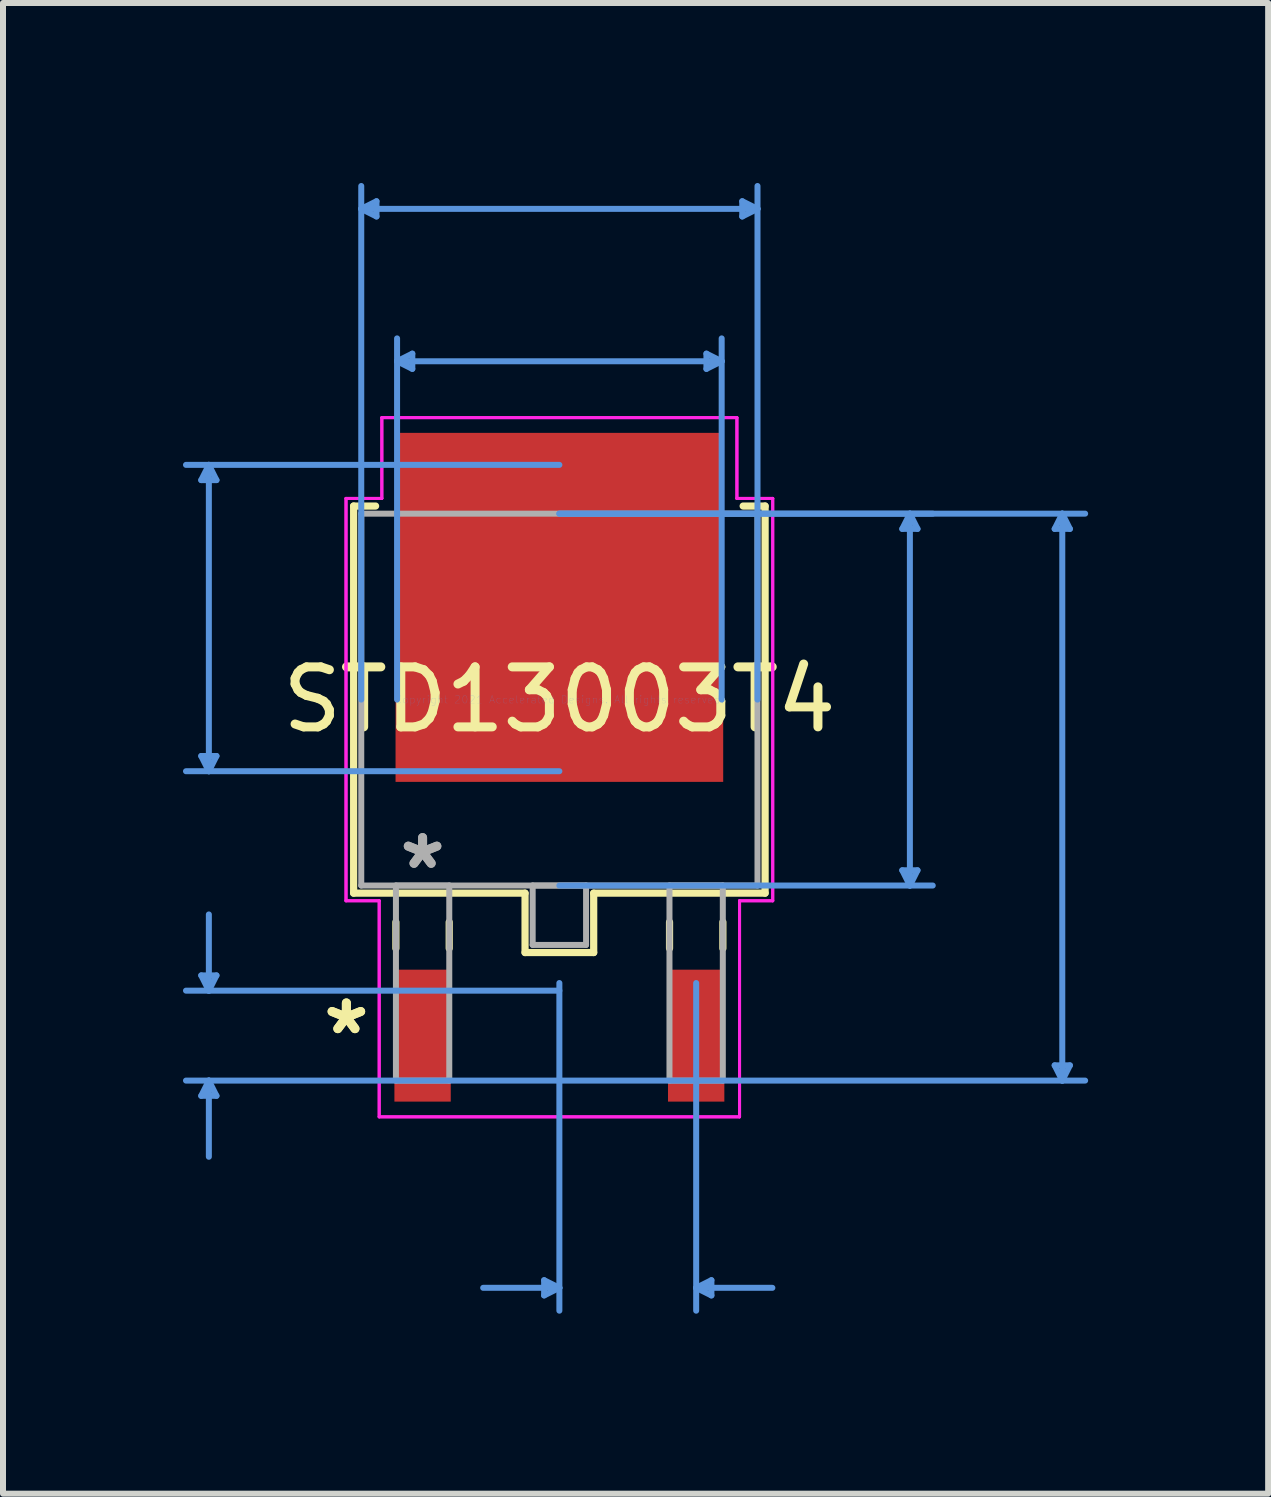
<source format=kicad_pcb>
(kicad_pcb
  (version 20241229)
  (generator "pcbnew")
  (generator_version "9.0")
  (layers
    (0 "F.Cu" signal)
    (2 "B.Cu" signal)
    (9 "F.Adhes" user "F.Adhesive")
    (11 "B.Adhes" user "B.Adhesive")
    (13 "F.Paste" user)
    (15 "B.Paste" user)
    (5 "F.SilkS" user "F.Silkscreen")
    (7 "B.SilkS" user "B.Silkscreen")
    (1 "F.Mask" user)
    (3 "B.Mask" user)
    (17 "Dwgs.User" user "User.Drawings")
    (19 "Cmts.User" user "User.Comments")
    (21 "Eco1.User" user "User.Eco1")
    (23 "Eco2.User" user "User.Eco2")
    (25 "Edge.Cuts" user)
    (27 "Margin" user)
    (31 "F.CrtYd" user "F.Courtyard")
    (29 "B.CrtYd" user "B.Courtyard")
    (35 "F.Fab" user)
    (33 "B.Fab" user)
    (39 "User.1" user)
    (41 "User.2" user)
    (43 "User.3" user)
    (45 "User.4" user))
  (footprint "STD13003T4"
    (layer "F.Cu")
    (at 6.273 8.61)
    (property "Reference" "STD13003T4" (at 0 0 0) (layer "F.SilkS") (effects (font (size 1 1) (thickness 0.15))))
    (attr through_hole)
    (fp_line (start -3.429 -3.226) (end -3.429 3.226) (stroke (width 0.12) (type solid)) (layer "F.SilkS"))
    (fp_line (start -3.429 3.226) (end -0.572 3.226) (stroke (width 0.12) (type solid)) (layer "F.SilkS"))
    (fp_line (start -3.063 -3.226) (end -3.429 -3.226) (stroke (width 0.12) (type solid)) (layer "F.SilkS"))
    (fp_line (start -2.725 3.708) (end -2.725 4.146) (stroke (width 0.12) (type solid)) (layer "F.SilkS"))
    (fp_line (start -1.836 3.708) (end -1.836 4.146) (stroke (width 0.12) (type solid)) (layer "F.SilkS"))
    (fp_line (start -0.572 3.226) (end -0.572 4.216) (stroke (width 0.12) (type solid)) (layer "F.SilkS"))
    (fp_line (start -0.572 4.216) (end 0.572 4.216) (stroke (width 0.12) (type solid)) (layer "F.SilkS"))
    (fp_line (start 0.572 3.226) (end 3.429 3.226) (stroke (width 0.12) (type solid)) (layer "F.SilkS"))
    (fp_line (start 0.572 4.216) (end 0.572 3.226) (stroke (width 0.12) (type solid)) (layer "F.SilkS"))
    (fp_line (start 1.836 3.708) (end 1.836 4.146) (stroke (width 0.12) (type solid)) (layer "F.SilkS"))
    (fp_line (start 2.725 3.708) (end 2.725 4.146) (stroke (width 0.12) (type solid)) (layer "F.SilkS"))
    (fp_line (start 3.429 -3.226) (end 3.063 -3.226) (stroke (width 0.12) (type solid)) (layer "F.SilkS"))
    (fp_line (start 3.429 3.226) (end 3.429 -3.226) (stroke (width 0.12) (type solid)) (layer "F.SilkS"))
    (fp_line (start -5.969 -3.658) (end -5.715 -3.658) (stroke (width 0.1) (type solid)) (layer "Cmts.User"))
    (fp_line (start -5.969 0.94) (end -5.715 0.94) (stroke (width 0.1) (type solid)) (layer "Cmts.User"))
    (fp_line (start -5.969 4.597) (end -5.715 4.597) (stroke (width 0.1) (type solid)) (layer "Cmts.User"))
    (fp_line (start -5.969 6.604) (end -5.715 6.604) (stroke (width 0.1) (type solid)) (layer "Cmts.User"))
    (fp_line (start -5.842 -3.912) (end -5.969 -3.658) (stroke (width 0.1) (type solid)) (layer "Cmts.User"))
    (fp_line (start -5.842 -3.912) (end -5.842 1.194) (stroke (width 0.1) (type solid)) (layer "Cmts.User"))
    (fp_line (start -5.842 -3.912) (end -5.715 -3.658) (stroke (width 0.1) (type solid)) (layer "Cmts.User"))
    (fp_line (start -5.842 1.194) (end -5.969 0.94) (stroke (width 0.1) (type solid)) (layer "Cmts.User"))
    (fp_line (start -5.842 1.194) (end -5.715 0.94) (stroke (width 0.1) (type solid)) (layer "Cmts.User"))
    (fp_line (start -5.842 4.851) (end -5.969 4.597) (stroke (width 0.1) (type solid)) (layer "Cmts.User"))
    (fp_line (start -5.842 4.851) (end -5.842 3.581) (stroke (width 0.1) (type solid)) (layer "Cmts.User"))
    (fp_line (start -5.842 4.851) (end -5.715 4.597) (stroke (width 0.1) (type solid)) (layer "Cmts.User"))
    (fp_line (start -5.842 6.35) (end -5.969 6.604) (stroke (width 0.1) (type solid)) (layer "Cmts.User"))
    (fp_line (start -5.842 6.35) (end -5.842 7.62) (stroke (width 0.1) (type solid)) (layer "Cmts.User"))
    (fp_line (start -5.842 6.35) (end -5.715 6.604) (stroke (width 0.1) (type solid)) (layer "Cmts.User"))
    (fp_line (start -3.302 -8.179) (end -3.048 -8.306) (stroke (width 0.1) (type solid)) (layer "Cmts.User"))
    (fp_line (start -3.302 -8.179) (end -3.048 -8.052) (stroke (width 0.1) (type solid)) (layer "Cmts.User"))
    (fp_line (start -3.302 -8.179) (end 3.302 -8.179) (stroke (width 0.1) (type solid)) (layer "Cmts.User"))
    (fp_line (start -3.302 0) (end -3.302 -8.56) (stroke (width 0.1) (type solid)) (layer "Cmts.User"))
    (fp_line (start -3.048 -8.306) (end -3.048 -8.052) (stroke (width 0.1) (type solid)) (layer "Cmts.User"))
    (fp_line (start -2.705 -5.639) (end -2.451 -5.766) (stroke (width 0.1) (type solid)) (layer "Cmts.User"))
    (fp_line (start -2.705 -5.639) (end -2.451 -5.512) (stroke (width 0.1) (type solid)) (layer "Cmts.User"))
    (fp_line (start -2.705 -5.639) (end 2.705 -5.639) (stroke (width 0.1) (type solid)) (layer "Cmts.User"))
    (fp_line (start -2.705 0) (end -2.705 -6.02) (stroke (width 0.1) (type solid)) (layer "Cmts.User"))
    (fp_line (start -2.451 -5.766) (end -2.451 -5.512) (stroke (width 0.1) (type solid)) (layer "Cmts.User"))
    (fp_line (start -0.254 9.677) (end -0.254 9.931) (stroke (width 0.1) (type solid)) (layer "Cmts.User"))
    (fp_line (start 0 -3.912) (end -6.223 -3.912) (stroke (width 0.1) (type solid)) (layer "Cmts.User"))
    (fp_line (start 0 -3.099) (end 6.223 -3.099) (stroke (width 0.1) (type solid)) (layer "Cmts.User"))
    (fp_line (start 0 -3.099) (end 8.763 -3.099) (stroke (width 0.1) (type solid)) (layer "Cmts.User"))
    (fp_line (start 0 1.194) (end -6.223 1.194) (stroke (width 0.1) (type solid)) (layer "Cmts.User"))
    (fp_line (start 0 3.099) (end 6.223 3.099) (stroke (width 0.1) (type solid)) (layer "Cmts.User"))
    (fp_line (start 0 4.724) (end 0 10.185) (stroke (width 0.1) (type solid)) (layer "Cmts.User"))
    (fp_line (start 0 4.851) (end -6.223 4.851) (stroke (width 0.1) (type solid)) (layer "Cmts.User"))
    (fp_line (start 0 6.35) (end -6.223 6.35) (stroke (width 0.1) (type solid)) (layer "Cmts.User"))
    (fp_line (start 0 6.35) (end 8.763 6.35) (stroke (width 0.1) (type solid)) (layer "Cmts.User"))
    (fp_line (start 0 9.804) (end -1.27 9.804) (stroke (width 0.1) (type solid)) (layer "Cmts.User"))
    (fp_line (start 0 9.804) (end -0.254 9.677) (stroke (width 0.1) (type solid)) (layer "Cmts.User"))
    (fp_line (start 0 9.804) (end -0.254 9.931) (stroke (width 0.1) (type solid)) (layer "Cmts.User"))
    (fp_line (start 2.28 4.724) (end 2.28 10.185) (stroke (width 0.1) (type solid)) (layer "Cmts.User"))
    (fp_line (start 2.28 9.804) (end 2.534 9.677) (stroke (width 0.1) (type solid)) (layer "Cmts.User"))
    (fp_line (start 2.28 9.804) (end 2.534 9.931) (stroke (width 0.1) (type solid)) (layer "Cmts.User"))
    (fp_line (start 2.28 9.804) (end 3.55 9.804) (stroke (width 0.1) (type solid)) (layer "Cmts.User"))
    (fp_line (start 2.451 -5.766) (end 2.451 -5.512) (stroke (width 0.1) (type solid)) (layer "Cmts.User"))
    (fp_line (start 2.534 9.677) (end 2.534 9.931) (stroke (width 0.1) (type solid)) (layer "Cmts.User"))
    (fp_line (start 2.705 -5.639) (end 2.451 -5.766) (stroke (width 0.1) (type solid)) (layer "Cmts.User"))
    (fp_line (start 2.705 -5.639) (end 2.451 -5.512) (stroke (width 0.1) (type solid)) (layer "Cmts.User"))
    (fp_line (start 2.705 0) (end 2.705 -6.02) (stroke (width 0.1) (type solid)) (layer "Cmts.User"))
    (fp_line (start 3.048 -8.306) (end 3.048 -8.052) (stroke (width 0.1) (type solid)) (layer "Cmts.User"))
    (fp_line (start 3.302 -8.179) (end 3.048 -8.306) (stroke (width 0.1) (type solid)) (layer "Cmts.User"))
    (fp_line (start 3.302 -8.179) (end 3.048 -8.052) (stroke (width 0.1) (type solid)) (layer "Cmts.User"))
    (fp_line (start 3.302 0) (end 3.302 -8.56) (stroke (width 0.1) (type solid)) (layer "Cmts.User"))
    (fp_line (start 5.715 -2.845) (end 5.969 -2.845) (stroke (width 0.1) (type solid)) (layer "Cmts.User"))
    (fp_line (start 5.715 2.845) (end 5.969 2.845) (stroke (width 0.1) (type solid)) (layer "Cmts.User"))
    (fp_line (start 5.842 -3.099) (end 5.715 -2.845) (stroke (width 0.1) (type solid)) (layer "Cmts.User"))
    (fp_line (start 5.842 -3.099) (end 5.842 3.099) (stroke (width 0.1) (type solid)) (layer "Cmts.User"))
    (fp_line (start 5.842 -3.099) (end 5.969 -2.845) (stroke (width 0.1) (type solid)) (layer "Cmts.User"))
    (fp_line (start 5.842 3.099) (end 5.715 2.845) (stroke (width 0.1) (type solid)) (layer "Cmts.User"))
    (fp_line (start 5.842 3.099) (end 5.969 2.845) (stroke (width 0.1) (type solid)) (layer "Cmts.User"))
    (fp_line (start 8.255 -2.845) (end 8.509 -2.845) (stroke (width 0.1) (type solid)) (layer "Cmts.User"))
    (fp_line (start 8.255 6.096) (end 8.509 6.096) (stroke (width 0.1) (type solid)) (layer "Cmts.User"))
    (fp_line (start 8.382 -3.099) (end 8.255 -2.845) (stroke (width 0.1) (type solid)) (layer "Cmts.User"))
    (fp_line (start 8.382 -3.099) (end 8.382 6.35) (stroke (width 0.1) (type solid)) (layer "Cmts.User"))
    (fp_line (start 8.382 -3.099) (end 8.509 -2.845) (stroke (width 0.1) (type solid)) (layer "Cmts.User"))
    (fp_line (start 8.382 6.35) (end 8.255 6.096) (stroke (width 0.1) (type solid)) (layer "Cmts.User"))
    (fp_line (start 8.382 6.35) (end 8.509 6.096) (stroke (width 0.1) (type solid)) (layer "Cmts.User"))
    (fp_line (start -3.556 -3.353) (end -2.959 -3.353) (stroke (width 0.05) (type solid)) (layer "F.CrtYd"))
    (fp_line (start -3.556 -3.353) (end -2.959 -3.353) (stroke (width 0.05) (type solid)) (layer "F.CrtYd"))
    (fp_line (start -3.556 3.353) (end -3.556 -3.353) (stroke (width 0.05) (type solid)) (layer "F.CrtYd"))
    (fp_line (start -3.556 3.353) (end -3.556 -3.353) (stroke (width 0.05) (type solid)) (layer "F.CrtYd"))
    (fp_line (start -3.003 3.353) (end -3.556 3.353) (stroke (width 0.05) (type solid)) (layer "F.CrtYd"))
    (fp_line (start -3.003 3.353) (end -3.556 3.353) (stroke (width 0.05) (type solid)) (layer "F.CrtYd"))
    (fp_line (start -3.003 6.954) (end -3.003 3.353) (stroke (width 0.05) (type solid)) (layer "F.CrtYd"))
    (fp_line (start -3.003 6.954) (end -3.003 3.353) (stroke (width 0.05) (type solid)) (layer "F.CrtYd"))
    (fp_line (start -2.959 -4.699) (end 2.959 -4.699) (stroke (width 0.05) (type solid)) (layer "F.CrtYd"))
    (fp_line (start -2.959 -4.699) (end 2.959 -4.699) (stroke (width 0.05) (type solid)) (layer "F.CrtYd"))
    (fp_line (start -2.959 -3.353) (end -2.959 -4.699) (stroke (width 0.05) (type solid)) (layer "F.CrtYd"))
    (fp_line (start -2.959 -3.353) (end -2.959 -4.699) (stroke (width 0.05) (type solid)) (layer "F.CrtYd"))
    (fp_line (start 2.959 -4.699) (end 2.959 -3.353) (stroke (width 0.05) (type solid)) (layer "F.CrtYd"))
    (fp_line (start 2.959 -4.699) (end 2.959 -3.353) (stroke (width 0.05) (type solid)) (layer "F.CrtYd"))
    (fp_line (start 2.959 -3.353) (end 3.556 -3.353) (stroke (width 0.05) (type solid)) (layer "F.CrtYd"))
    (fp_line (start 2.959 -3.353) (end 3.556 -3.353) (stroke (width 0.05) (type solid)) (layer "F.CrtYd"))
    (fp_line (start 3.003 3.353) (end 3.003 6.954) (stroke (width 0.05) (type solid)) (layer "F.CrtYd"))
    (fp_line (start 3.003 3.353) (end 3.003 6.954) (stroke (width 0.05) (type solid)) (layer "F.CrtYd"))
    (fp_line (start 3.003 6.954) (end -3.003 6.954) (stroke (width 0.05) (type solid)) (layer "F.CrtYd"))
    (fp_line (start 3.003 6.954) (end -3.003 6.954) (stroke (width 0.05) (type solid)) (layer "F.CrtYd"))
    (fp_line (start 3.556 -3.353) (end 3.556 3.353) (stroke (width 0.05) (type solid)) (layer "F.CrtYd"))
    (fp_line (start 3.556 -3.353) (end 3.556 3.353) (stroke (width 0.05) (type solid)) (layer "F.CrtYd"))
    (fp_line (start 3.556 3.353) (end 3.003 3.353) (stroke (width 0.05) (type solid)) (layer "F.CrtYd"))
    (fp_line (start 3.556 3.353) (end 3.003 3.353) (stroke (width 0.05) (type solid)) (layer "F.CrtYd"))
    (fp_line (start -3.302 -3.099) (end -3.302 3.099) (stroke (width 0.1) (type solid)) (layer "F.Fab"))
    (fp_line (start -3.302 3.099) (end 3.302 3.099) (stroke (width 0.1) (type solid)) (layer "F.Fab"))
    (fp_line (start -2.724 3.099) (end -2.724 6.35) (stroke (width 0.1) (type solid)) (layer "F.Fab"))
    (fp_line (start -2.724 6.35) (end -1.835 6.35) (stroke (width 0.1) (type solid)) (layer "F.Fab"))
    (fp_line (start -1.835 3.099) (end -2.724 3.099) (stroke (width 0.1) (type solid)) (layer "F.Fab"))
    (fp_line (start -1.835 6.35) (end -1.835 3.099) (stroke (width 0.1) (type solid)) (layer "F.Fab"))
    (fp_line (start -0.445 3.099) (end -0.445 4.089) (stroke (width 0.1) (type solid)) (layer "F.Fab"))
    (fp_line (start -0.445 4.089) (end 0.445 4.089) (stroke (width 0.1) (type solid)) (layer "F.Fab"))
    (fp_line (start 0.445 3.099) (end -0.445 3.099) (stroke (width 0.1) (type solid)) (layer "F.Fab"))
    (fp_line (start 0.445 4.089) (end 0.445 3.099) (stroke (width 0.1) (type solid)) (layer "F.Fab"))
    (fp_line (start 1.835 3.099) (end 1.835 6.35) (stroke (width 0.1) (type solid)) (layer "F.Fab"))
    (fp_line (start 1.835 6.35) (end 2.724 6.35) (stroke (width 0.1) (type solid)) (layer "F.Fab"))
    (fp_line (start 2.724 3.099) (end 1.835 3.099) (stroke (width 0.1) (type solid)) (layer "F.Fab"))
    (fp_line (start 2.724 6.35) (end 2.724 3.099) (stroke (width 0.1) (type solid)) (layer "F.Fab"))
    (fp_line (start 3.302 -3.099) (end -3.302 -3.099) (stroke (width 0.1) (type solid)) (layer "F.Fab"))
    (fp_line (start 3.302 3.099) (end 3.302 -3.099) (stroke (width 0.1) (type solid)) (layer "F.Fab"))
    (fp_text user "*" (at -3.55 5.601 0) (layer "F.SilkS") (effects (font (size 1 1) (thickness 0.15))))
    (fp_text user "*" (at -3.55 5.601 0) (layer "F.SilkS") (effects (font (size 1 1) (thickness 0.15))))
    (fp_text user "Copyright 2021 Accelerated Designs. All rights reserved." (at 0 0 0) (layer "Cmts.User") (effects (font (size 0.127 0.127) (thickness 0.002))))
    (fp_text user "*" (at -2.28 2.845 0) (layer "F.Fab") (effects (font (size 1 1) (thickness 0.15))))
    (fp_text user "*" (at -2.28 2.845 0) (layer "F.Fab") (effects (font (size 1 1) (thickness 0.15))))
    (pad "1" smd rect (at -2.28 5.601) (size 0.939 2.199) (layers "F.Cu" "F.Mask" "F.Paste"))
    (pad "2" smd rect (at 0 -1.537) (size 5.461 5.817) (layers "F.Cu" "F.Mask" "F.Paste"))
    (pad "3" smd rect (at 2.28 5.601) (size 0.939 2.199) (layers "F.Cu" "F.Mask" "F.Paste")))
  (gr_rect
    (start -3 -3)
    (end 18.086 21.845)
    (stroke (width 0.1) (type default))
    (fill no)
    (layer "Edge.Cuts")))
</source>
